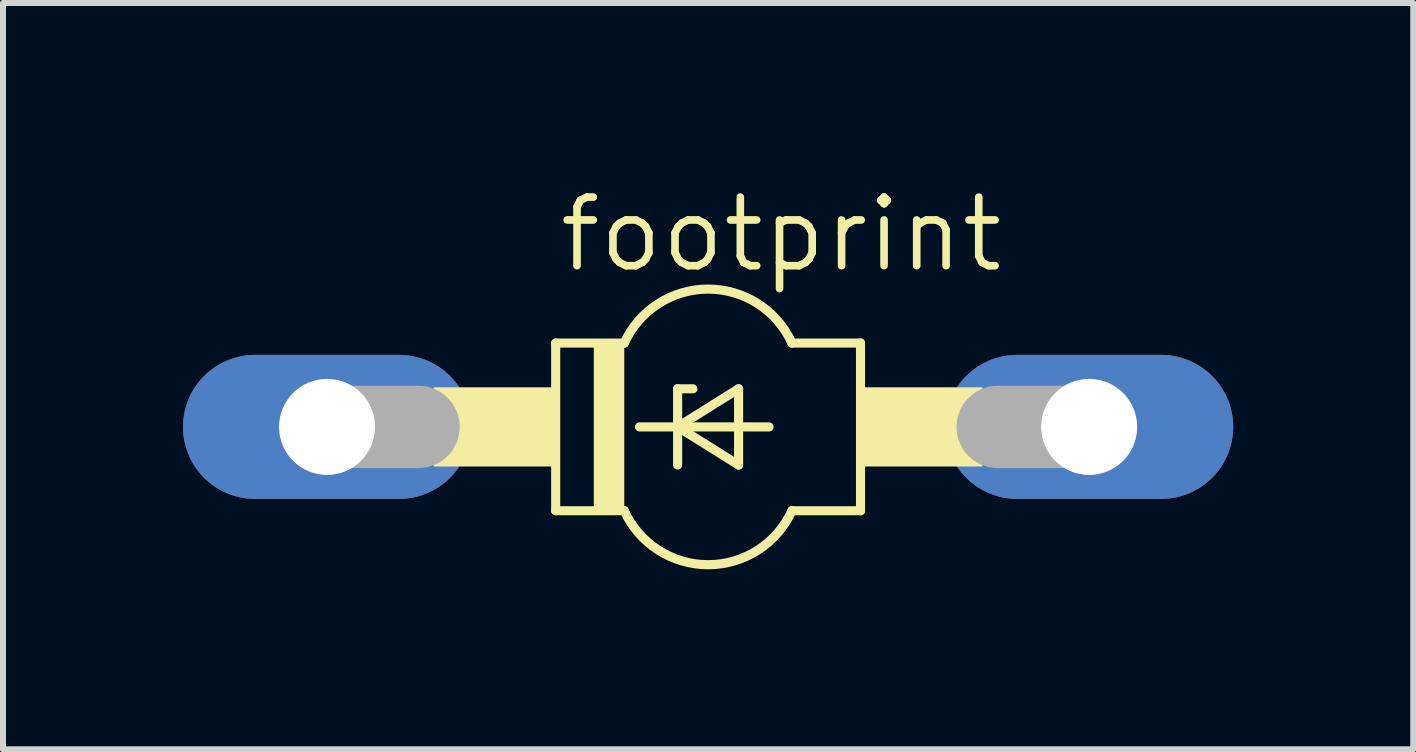
<source format=kicad_pcb>
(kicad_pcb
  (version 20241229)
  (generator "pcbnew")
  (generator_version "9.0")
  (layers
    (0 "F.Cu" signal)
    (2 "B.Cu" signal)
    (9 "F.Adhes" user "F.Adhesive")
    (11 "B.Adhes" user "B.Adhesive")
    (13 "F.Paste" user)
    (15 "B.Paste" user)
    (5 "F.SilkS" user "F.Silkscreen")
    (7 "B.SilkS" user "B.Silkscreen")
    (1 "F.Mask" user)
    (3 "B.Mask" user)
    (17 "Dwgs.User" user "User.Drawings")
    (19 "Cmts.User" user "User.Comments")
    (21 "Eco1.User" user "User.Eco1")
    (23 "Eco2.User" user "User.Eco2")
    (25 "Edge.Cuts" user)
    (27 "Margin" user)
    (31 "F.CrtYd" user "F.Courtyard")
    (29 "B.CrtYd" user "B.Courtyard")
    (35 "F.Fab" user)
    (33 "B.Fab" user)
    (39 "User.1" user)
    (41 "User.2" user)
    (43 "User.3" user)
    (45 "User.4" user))
  (footprint "footprint"
    (layer "F.Cu")
    (at 8.75 4.064)
    (property "Reference" "footprint" (at -2.54 -2.54 0) (layer "F.SilkS") (effects (font (size 1.143 1.143) (thickness 0.127)) (justify left bottom)))
    (fp_line (start -2.54 -1.397) (end -2.54 1.397) (stroke (width 0.152) (type solid)) (layer "F.SilkS"))
    (fp_line (start -2.54 -1.397) (end -1.397 -1.397) (stroke (width 0.152) (type solid)) (layer "F.SilkS"))
    (fp_line (start -2.54 1.397) (end -1.397 1.397) (stroke (width 0.152) (type solid)) (layer "F.SilkS"))
    (fp_line (start -1.143 0) (end -0.508 0) (stroke (width 0.152) (type solid)) (layer "F.SilkS"))
    (fp_line (start -0.508 -0.635) (end -0.508 0) (stroke (width 0.152) (type solid)) (layer "F.SilkS"))
    (fp_line (start -0.508 0) (end -0.508 0.635) (stroke (width 0.152) (type solid)) (layer "F.SilkS"))
    (fp_line (start -0.508 0) (end 0.508 -0.635) (stroke (width 0.152) (type solid)) (layer "F.SilkS"))
    (fp_line (start -0.508 0) (end 1.016 0) (stroke (width 0.152) (type solid)) (layer "F.SilkS"))
    (fp_line (start -0.254 -0.635) (end -0.508 -0.635) (stroke (width 0.152) (type solid)) (layer "F.SilkS"))
    (fp_line (start 0.508 -0.635) (end 0.508 0.635) (stroke (width 0.152) (type solid)) (layer "F.SilkS"))
    (fp_line (start 0.508 0.635) (end -0.508 0) (stroke (width 0.152) (type solid)) (layer "F.SilkS"))
    (fp_line (start 1.397 1.397) (end 2.54 1.397) (stroke (width 0.152) (type solid)) (layer "F.SilkS"))
    (fp_line (start 2.54 -1.397) (end 1.397 -1.397) (stroke (width 0.152) (type solid)) (layer "F.SilkS"))
    (fp_line (start 2.54 1.397) (end 2.54 -1.397) (stroke (width 0.152) (type solid)) (layer "F.SilkS"))
    (fp_arc (start -1.397 -1.397) (mid 0.000001 -2.296546) (end 1.397001 -1.396998) (stroke (width 0.1524) (type solid)) (layer "F.SilkS"))
    (fp_arc (start 1.397001 1.396998) (mid 0.000001 2.296546) (end -1.397 1.397) (stroke (width 0.1524) (type solid)) (layer "F.SilkS"))
    (fp_poly (pts (xy -4.572 0.66) (xy -2.54 0.66) (xy -2.54 -0.66) (xy -4.572 -0.66)) (stroke (width 0) (type solid)) (fill yes) (layer "F.SilkS"))
    (fp_poly (pts (xy -1.905 1.397) (xy -1.397 1.397) (xy -1.397 -1.397) (xy -1.905 -1.397)) (stroke (width 0) (type solid)) (fill yes) (layer "F.SilkS"))
    (fp_poly (pts (xy 2.54 0.66) (xy 4.572 0.66) (xy 4.572 -0.66) (xy 2.54 -0.66)) (stroke (width 0) (type solid)) (fill yes) (layer "F.SilkS"))
    (fp_line (start -6.35 0) (end -4.826 0) (stroke (width 1.372) (type solid)) (layer "F.Fab"))
    (fp_line (start 6.35 0) (end 4.826 0) (stroke (width 1.372) (type solid)) (layer "F.Fab"))
    (pad "A" thru_hole oval (at 6.35 0) (size 4.801 2.4) (drill 1.6) (layers "*.Cu" "*.Mask"))
    (pad "C" thru_hole oval (at -6.35 0) (size 4.801 2.4) (drill 1.6) (layers "*.Cu" "*.Mask")))
  (gr_rect
    (start -3 -3)
    (end 20.501 9.437)
    (stroke (width 0.1) (type default))
    (fill no)
    (layer "Edge.Cuts")))
</source>
